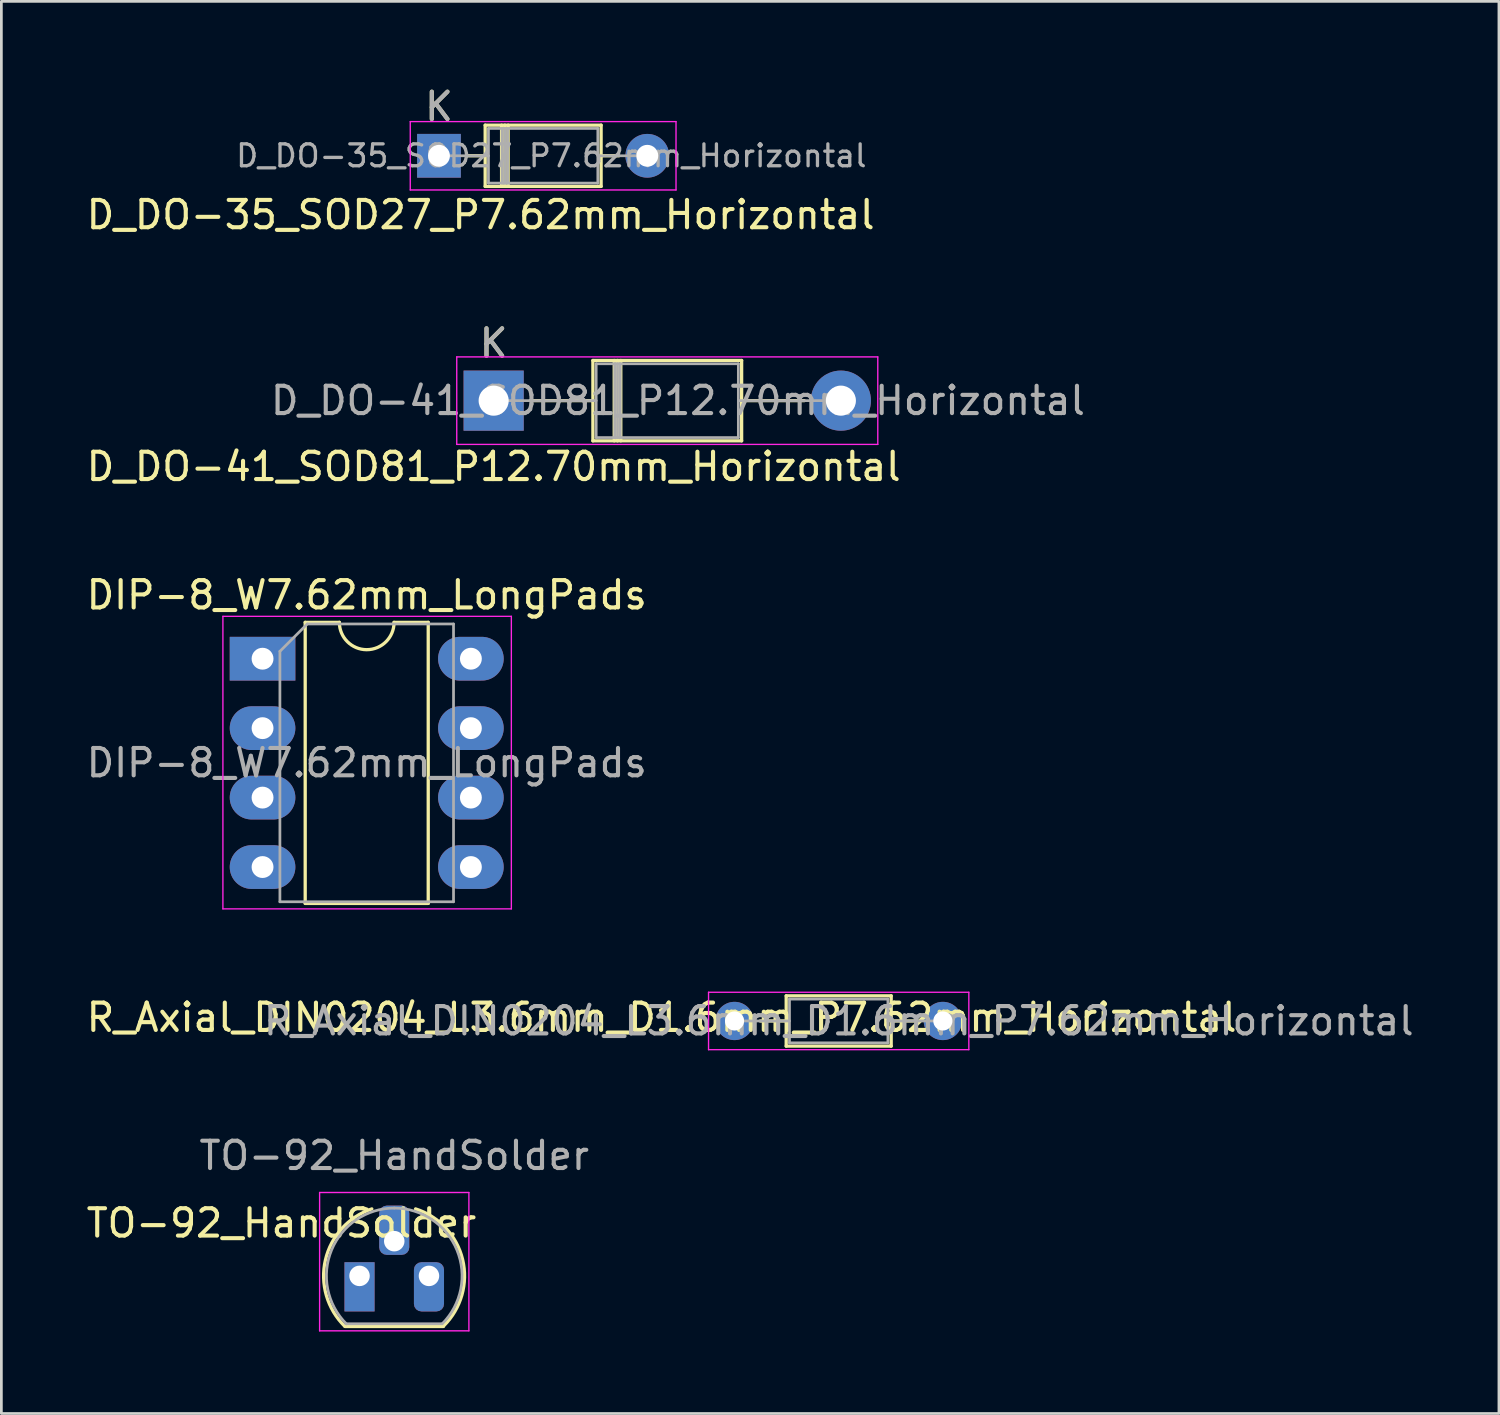
<source format=kicad_pcb>
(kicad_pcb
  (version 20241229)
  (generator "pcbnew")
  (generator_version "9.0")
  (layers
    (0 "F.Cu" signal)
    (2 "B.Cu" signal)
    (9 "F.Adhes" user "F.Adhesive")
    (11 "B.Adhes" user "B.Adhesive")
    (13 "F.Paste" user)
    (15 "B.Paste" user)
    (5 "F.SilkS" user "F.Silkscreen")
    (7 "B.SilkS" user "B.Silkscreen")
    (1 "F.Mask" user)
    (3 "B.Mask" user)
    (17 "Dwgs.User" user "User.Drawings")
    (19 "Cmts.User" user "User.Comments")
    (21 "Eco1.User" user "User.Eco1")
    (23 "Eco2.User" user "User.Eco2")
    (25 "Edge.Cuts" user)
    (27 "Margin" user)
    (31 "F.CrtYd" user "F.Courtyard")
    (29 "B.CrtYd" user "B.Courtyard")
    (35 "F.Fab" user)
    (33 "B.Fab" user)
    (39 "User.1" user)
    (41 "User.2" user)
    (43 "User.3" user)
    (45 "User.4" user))
  (footprint "D_DO-41_SOD81_P12.70mm_Horizontal"
    (layer "F.Cu")
    (at 15.006 11.604)
    (property "Reference" "D_DO-41_SOD81_P12.70mm_Horizontal" (at 0 2.413 0) (layer "F.SilkS") (effects (font (size 1 1) (thickness 0.15))))
    (attr through_hole)
    (fp_line (start 1.34 0) (end 3.63 0) (stroke (width 0.12) (type solid)) (layer "F.SilkS"))
    (fp_line (start 3.63 -1.47) (end 3.63 1.47) (stroke (width 0.12) (type solid)) (layer "F.SilkS"))
    (fp_line (start 3.63 1.47) (end 9.07 1.47) (stroke (width 0.12) (type solid)) (layer "F.SilkS"))
    (fp_line (start 4.41 -1.47) (end 4.41 1.47) (stroke (width 0.12) (type solid)) (layer "F.SilkS"))
    (fp_line (start 4.53 -1.47) (end 4.53 1.47) (stroke (width 0.12) (type solid)) (layer "F.SilkS"))
    (fp_line (start 4.65 -1.47) (end 4.65 1.47) (stroke (width 0.12) (type solid)) (layer "F.SilkS"))
    (fp_line (start 9.07 -1.47) (end 3.63 -1.47) (stroke (width 0.12) (type solid)) (layer "F.SilkS"))
    (fp_line (start 9.07 1.47) (end 9.07 -1.47) (stroke (width 0.12) (type solid)) (layer "F.SilkS"))
    (fp_line (start 11.36 0) (end 9.07 0) (stroke (width 0.12) (type solid)) (layer "F.SilkS"))
    (fp_line (start -1.35 -1.6) (end -1.35 1.6) (stroke (width 0.05) (type solid)) (layer "F.CrtYd"))
    (fp_line (start -1.35 1.6) (end 14.05 1.6) (stroke (width 0.05) (type solid)) (layer "F.CrtYd"))
    (fp_line (start 14.05 -1.6) (end -1.35 -1.6) (stroke (width 0.05) (type solid)) (layer "F.CrtYd"))
    (fp_line (start 14.05 1.6) (end 14.05 -1.6) (stroke (width 0.05) (type solid)) (layer "F.CrtYd"))
    (fp_line (start 0 0) (end 3.75 0) (stroke (width 0.1) (type solid)) (layer "F.Fab"))
    (fp_line (start 3.75 -1.35) (end 3.75 1.35) (stroke (width 0.1) (type solid)) (layer "F.Fab"))
    (fp_line (start 3.75 1.35) (end 8.95 1.35) (stroke (width 0.1) (type solid)) (layer "F.Fab"))
    (fp_line (start 4.43 -1.35) (end 4.43 1.35) (stroke (width 0.1) (type solid)) (layer "F.Fab"))
    (fp_line (start 4.53 -1.35) (end 4.53 1.35) (stroke (width 0.1) (type solid)) (layer "F.Fab"))
    (fp_line (start 4.63 -1.35) (end 4.63 1.35) (stroke (width 0.1) (type solid)) (layer "F.Fab"))
    (fp_line (start 8.95 -1.35) (end 3.75 -1.35) (stroke (width 0.1) (type solid)) (layer "F.Fab"))
    (fp_line (start 8.95 1.35) (end 8.95 -1.35) (stroke (width 0.1) (type solid)) (layer "F.Fab"))
    (fp_line (start 12.7 0) (end 8.95 0) (stroke (width 0.1) (type solid)) (layer "F.Fab"))
    (fp_text user "K" (at 0 -2.1 0) (layer "F.SilkS") (effects (font (size 1 1) (thickness 0.15))))
    (fp_text user "K" (at 0 -2.1 0) (layer "F.Fab") (effects (font (size 1 1) (thickness 0.15))))
    (fp_text user "${REFERENCE}" (at 6.74 0 0) (layer "F.Fab") (effects (font (size 1 1) (thickness 0.15))))
    (pad "1" thru_hole rect (at 0 0) (size 2.2 2.2) (drill 1.1) (layers "*.Cu" "*.Mask"))
    (pad "2" thru_hole oval (at 12.7 0) (size 2.2 2.2) (drill 1.1) (layers "*.Cu" "*.Mask")))
  (footprint "DIP-8_W7.62mm_LongPads"
    (layer "F.Cu")
    (at 6.553 21.043)
    (property "Reference" "DIP-8_W7.62mm_LongPads" (at 3.81 -2.33 0) (layer "F.SilkS") (effects (font (size 1 1) (thickness 0.15))))
    (attr through_hole)
    (fp_line (start 1.56 -1.33) (end 1.56 8.95) (stroke (width 0.12) (type solid)) (layer "F.SilkS"))
    (fp_line (start 1.56 8.95) (end 6.06 8.95) (stroke (width 0.12) (type solid)) (layer "F.SilkS"))
    (fp_line (start 2.81 -1.33) (end 1.56 -1.33) (stroke (width 0.12) (type solid)) (layer "F.SilkS"))
    (fp_line (start 6.06 -1.33) (end 4.81 -1.33) (stroke (width 0.12) (type solid)) (layer "F.SilkS"))
    (fp_line (start 6.06 8.95) (end 6.06 -1.33) (stroke (width 0.12) (type solid)) (layer "F.SilkS"))
    (fp_arc (start 4.81 -1.33) (mid 3.81 -0.33) (end 2.81 -1.33) (stroke (width 0.12) (type solid)) (layer "F.SilkS"))
    (fp_line (start -1.45 -1.55) (end -1.45 9.15) (stroke (width 0.05) (type solid)) (layer "F.CrtYd"))
    (fp_line (start -1.45 9.15) (end 9.1 9.15) (stroke (width 0.05) (type solid)) (layer "F.CrtYd"))
    (fp_line (start 9.1 -1.55) (end -1.45 -1.55) (stroke (width 0.05) (type solid)) (layer "F.CrtYd"))
    (fp_line (start 9.1 9.15) (end 9.1 -1.55) (stroke (width 0.05) (type solid)) (layer "F.CrtYd"))
    (fp_line (start 0.635 -0.27) (end 1.635 -1.27) (stroke (width 0.1) (type solid)) (layer "F.Fab"))
    (fp_line (start 0.635 8.89) (end 0.635 -0.27) (stroke (width 0.1) (type solid)) (layer "F.Fab"))
    (fp_line (start 1.635 -1.27) (end 6.985 -1.27) (stroke (width 0.1) (type solid)) (layer "F.Fab"))
    (fp_line (start 6.985 -1.27) (end 6.985 8.89) (stroke (width 0.1) (type solid)) (layer "F.Fab"))
    (fp_line (start 6.985 8.89) (end 0.635 8.89) (stroke (width 0.1) (type solid)) (layer "F.Fab"))
    (fp_text user "${REFERENCE}" (at 3.81 3.81 0) (layer "F.Fab") (effects (font (size 1 1) (thickness 0.15))))
    (pad "1" thru_hole rect (at 0 0) (size 2.4 1.6) (drill 0.8) (layers "*.Cu" "*.Mask"))
    (pad "2" thru_hole oval (at 0 2.54) (size 2.4 1.6) (drill 0.8) (layers "*.Cu" "*.Mask"))
    (pad "3" thru_hole oval (at 0 5.08) (size 2.4 1.6) (drill 0.8) (layers "*.Cu" "*.Mask"))
    (pad "4" thru_hole oval (at 0 7.62) (size 2.4 1.6) (drill 0.8) (layers "*.Cu" "*.Mask"))
    (pad "5" thru_hole oval (at 7.62 7.62) (size 2.4 1.6) (drill 0.8) (layers "*.Cu" "*.Mask"))
    (pad "6" thru_hole oval (at 7.62 5.08) (size 2.4 1.6) (drill 0.8) (layers "*.Cu" "*.Mask"))
    (pad "7" thru_hole oval (at 7.62 2.54) (size 2.4 1.6) (drill 0.8) (layers "*.Cu" "*.Mask"))
    (pad "8" thru_hole oval (at 7.62 0) (size 2.4 1.6) (drill 0.8) (layers "*.Cu" "*.Mask")))
  (footprint "TO-92_HandSolder"
    (layer "F.Cu")
    (at 10.1 43.617)
    (property "Reference" "TO-92_HandSolder" (at -2.856 -1.93 0) (layer "F.SilkS") (effects (font (size 1 1) (thickness 0.15))))
    (attr through_hole)
    (fp_line (start -0.53 1.85) (end 3.07 1.85) (stroke (width 0.12) (type solid)) (layer "F.SilkS"))
    (fp_arc (start -0.541875 1.841741) (mid -1.247231 -0.581764) (end 0.45 -2.45) (stroke (width 0.12) (type solid)) (layer "F.SilkS"))
    (fp_arc (start 2.05 -2.45) (mid 3.769931 -0.601036) (end 3.078445 1.827684) (stroke (width 0.12) (type solid)) (layer "F.SilkS"))
    (fp_line (start -1.46 -3.05) (end -1.46 2.01) (stroke (width 0.05) (type solid)) (layer "F.CrtYd"))
    (fp_line (start -1.46 -3.05) (end 4 -3.05) (stroke (width 0.05) (type solid)) (layer "F.CrtYd"))
    (fp_line (start 4 2.01) (end -1.46 2.01) (stroke (width 0.05) (type solid)) (layer "F.CrtYd"))
    (fp_line (start 4 2.01) (end 4 -3.05) (stroke (width 0.05) (type solid)) (layer "F.CrtYd"))
    (fp_line (start -0.5 1.75) (end 3 1.75) (stroke (width 0.1) (type solid)) (layer "F.Fab"))
    (fp_arc (start -0.483625 1.753625) (mid -1.021221 -0.949055) (end 1.27 -2.48) (stroke (width 0.1) (type solid)) (layer "F.Fab"))
    (fp_arc (start 1.27 -2.48) (mid 3.561221 -0.949055) (end 3.023625 1.753625) (stroke (width 0.1) (type solid)) (layer "F.Fab"))
    (fp_text user "${REFERENCE}" (at 1.27 -4.4 0) (layer "F.Fab") (effects (font (size 1 1) (thickness 0.15))))
    (pad "1" thru_hole rect (at 0 0) (size 1.1 1.8) (drill 0.75 (offset 0 0.4)) (layers "*.Cu" "*.Mask"))
    (pad "2" thru_hole roundrect (at 1.27 -1.27) (size 1.1 1.8) (drill 0.75 (offset 0 -0.4)) (layers "*.Cu" "*.Mask") (roundrect_rratio 0.25))
    (pad "3" thru_hole roundrect (at 2.54 0) (size 1.1 1.8) (drill 0.75 (offset 0 0.4)) (layers "*.Cu" "*.Mask") (roundrect_rratio 0.25)))
  (footprint "D_DO-35_SOD27_P7.62mm_Horizontal"
    (layer "F.Cu")
    (at 13.006 2.648)
    (property "Reference" "D_DO-35_SOD27_P7.62mm_Horizontal" (at 1.524 2.159 0) (layer "F.SilkS") (effects (font (size 1 1) (thickness 0.15))))
    (attr through_hole)
    (fp_line (start 1.04 0) (end 1.69 0) (stroke (width 0.12) (type solid)) (layer "F.SilkS"))
    (fp_line (start 1.69 -1.12) (end 1.69 1.12) (stroke (width 0.12) (type solid)) (layer "F.SilkS"))
    (fp_line (start 1.69 1.12) (end 5.93 1.12) (stroke (width 0.12) (type solid)) (layer "F.SilkS"))
    (fp_line (start 2.29 -1.12) (end 2.29 1.12) (stroke (width 0.12) (type solid)) (layer "F.SilkS"))
    (fp_line (start 2.41 -1.12) (end 2.41 1.12) (stroke (width 0.12) (type solid)) (layer "F.SilkS"))
    (fp_line (start 2.53 -1.12) (end 2.53 1.12) (stroke (width 0.12) (type solid)) (layer "F.SilkS"))
    (fp_line (start 5.93 -1.12) (end 1.69 -1.12) (stroke (width 0.12) (type solid)) (layer "F.SilkS"))
    (fp_line (start 5.93 1.12) (end 5.93 -1.12) (stroke (width 0.12) (type solid)) (layer "F.SilkS"))
    (fp_line (start 6.58 0) (end 5.93 0) (stroke (width 0.12) (type solid)) (layer "F.SilkS"))
    (fp_line (start -1.05 -1.25) (end -1.05 1.25) (stroke (width 0.05) (type solid)) (layer "F.CrtYd"))
    (fp_line (start -1.05 1.25) (end 8.67 1.25) (stroke (width 0.05) (type solid)) (layer "F.CrtYd"))
    (fp_line (start 8.67 -1.25) (end -1.05 -1.25) (stroke (width 0.05) (type solid)) (layer "F.CrtYd"))
    (fp_line (start 8.67 1.25) (end 8.67 -1.25) (stroke (width 0.05) (type solid)) (layer "F.CrtYd"))
    (fp_line (start 0 0) (end 1.81 0) (stroke (width 0.1) (type solid)) (layer "F.Fab"))
    (fp_line (start 1.81 -1) (end 1.81 1) (stroke (width 0.1) (type solid)) (layer "F.Fab"))
    (fp_line (start 1.81 1) (end 5.81 1) (stroke (width 0.1) (type solid)) (layer "F.Fab"))
    (fp_line (start 2.31 -1) (end 2.31 1) (stroke (width 0.1) (type solid)) (layer "F.Fab"))
    (fp_line (start 2.41 -1) (end 2.41 1) (stroke (width 0.1) (type solid)) (layer "F.Fab"))
    (fp_line (start 2.51 -1) (end 2.51 1) (stroke (width 0.1) (type solid)) (layer "F.Fab"))
    (fp_line (start 5.81 -1) (end 1.81 -1) (stroke (width 0.1) (type solid)) (layer "F.Fab"))
    (fp_line (start 5.81 1) (end 5.81 -1) (stroke (width 0.1) (type solid)) (layer "F.Fab"))
    (fp_line (start 7.62 0) (end 5.81 0) (stroke (width 0.1) (type solid)) (layer "F.Fab"))
    (fp_text user "K" (at 0 -1.8 0) (layer "F.SilkS") (effects (font (size 1 1) (thickness 0.15))))
    (fp_text user "${REFERENCE}" (at 4.11 0 0) (layer "F.Fab") (effects (font (size 0.8 0.8) (thickness 0.12))))
    (fp_text user "K" (at 0 -1.8 0) (layer "F.Fab") (effects (font (size 1 1) (thickness 0.15))))
    (pad "1" thru_hole rect (at 0 0) (size 1.6 1.6) (drill 0.8) (layers "*.Cu" "*.Mask"))
    (pad "2" thru_hole oval (at 7.62 0) (size 1.6 1.6) (drill 0.8) (layers "*.Cu" "*.Mask")))
  (footprint "R_Axial_DIN0204_L3.6mm_D1.6mm_P7.62mm_Horizontal"
    (layer "F.Cu")
    (at 23.816 34.293)
    (property "Reference" "R_Axial_DIN0204_L3.6mm_D1.6mm_P7.62mm_Horizontal" (at -2.667 -0.127 0) (layer "F.SilkS") (effects (font (size 1 1) (thickness 0.15))))
    (attr through_hole)
    (fp_line (start 0.94 0) (end 1.89 0) (stroke (width 0.12) (type solid)) (layer "F.SilkS"))
    (fp_line (start 1.89 -0.92) (end 1.89 0.92) (stroke (width 0.12) (type solid)) (layer "F.SilkS"))
    (fp_line (start 1.89 0.92) (end 5.73 0.92) (stroke (width 0.12) (type solid)) (layer "F.SilkS"))
    (fp_line (start 5.73 -0.92) (end 1.89 -0.92) (stroke (width 0.12) (type solid)) (layer "F.SilkS"))
    (fp_line (start 5.73 0.92) (end 5.73 -0.92) (stroke (width 0.12) (type solid)) (layer "F.SilkS"))
    (fp_line (start 6.68 0) (end 5.73 0) (stroke (width 0.12) (type solid)) (layer "F.SilkS"))
    (fp_line (start -0.95 -1.05) (end -0.95 1.05) (stroke (width 0.05) (type solid)) (layer "F.CrtYd"))
    (fp_line (start -0.95 1.05) (end 8.57 1.05) (stroke (width 0.05) (type solid)) (layer "F.CrtYd"))
    (fp_line (start 8.57 -1.05) (end -0.95 -1.05) (stroke (width 0.05) (type solid)) (layer "F.CrtYd"))
    (fp_line (start 8.57 1.05) (end 8.57 -1.05) (stroke (width 0.05) (type solid)) (layer "F.CrtYd"))
    (fp_line (start 0 0) (end 2.01 0) (stroke (width 0.1) (type solid)) (layer "F.Fab"))
    (fp_line (start 2.01 -0.8) (end 2.01 0.8) (stroke (width 0.1) (type solid)) (layer "F.Fab"))
    (fp_line (start 2.01 0.8) (end 5.61 0.8) (stroke (width 0.1) (type solid)) (layer "F.Fab"))
    (fp_line (start 5.61 -0.8) (end 2.01 -0.8) (stroke (width 0.1) (type solid)) (layer "F.Fab"))
    (fp_line (start 5.61 0.8) (end 5.61 -0.8) (stroke (width 0.1) (type solid)) (layer "F.Fab"))
    (fp_line (start 7.62 0) (end 5.61 0) (stroke (width 0.1) (type solid)) (layer "F.Fab"))
    (fp_text user "${REFERENCE}" (at 3.81 0 0) (layer "F.Fab") (effects (font (size 1 1) (thickness 0.15))))
    (pad "1" thru_hole circle (at 0 0) (size 1.4 1.4) (drill 0.7) (layers "*.Cu" "*.Mask"))
    (pad "2" thru_hole oval (at 7.62 0) (size 1.4 1.4) (drill 0.7) (layers "*.Cu" "*.Mask")))
  (gr_rect
    (start -3 -3)
    (end 51.775 48.651)
    (stroke (width 0.1) (type default))
    (fill no)
    (layer "Edge.Cuts")))
</source>
